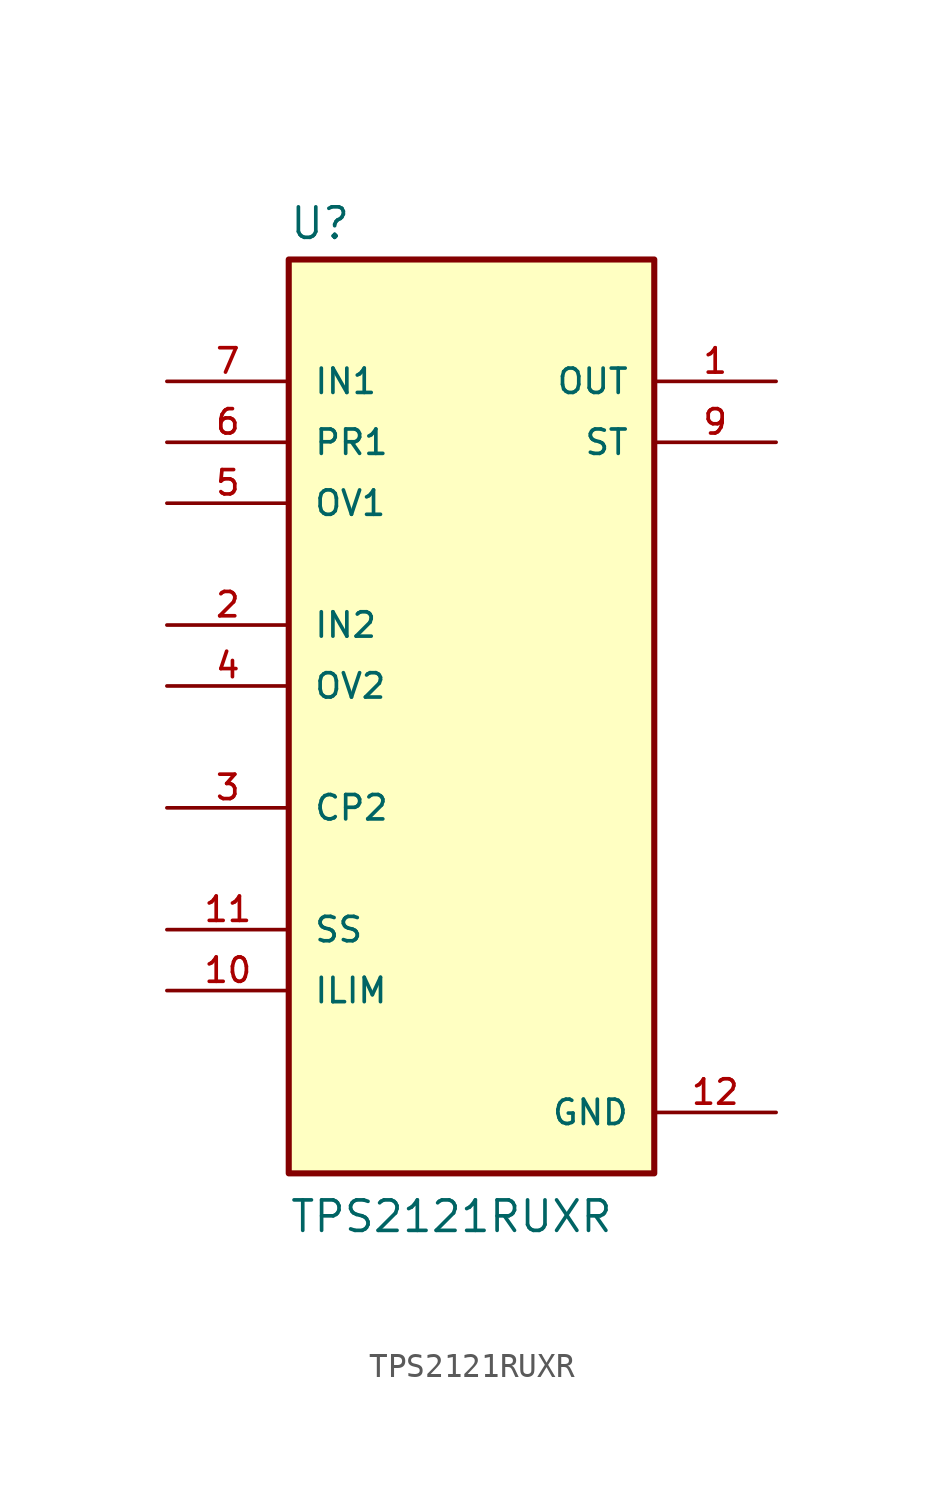
<source format=kicad_sym>
(kicad_symbol_lib
  (version 20211014)
  (generator kicad_symbol_editor)
  (symbol "TPS2121RUXR"
    (pin_names
      (offset 1.016))
    (property "Reference" "U"
      (at -7.62 21.082 0)
      (effects (font (size 1.27 1.27)) (justify bottom left)))
    (property "Value" "TPS2121RUXR"
      (at -7.62 -20.32 0)
      (effects (font (size 1.27 1.27)) (justify bottom left)))
    (symbol "TPS2121RUXR_0_0"
      (rectangle (start -7.62 -17.78) (end 7.62 20.32) (stroke (width 0.254)) (fill (type background)))
      (pin input line (at -12.7 15.24 0) (length 5.08) (name "IN1" (effects (font (size 1.016 1.016)))) (number "7" (effects (font (size 1.016 1.016)))))
      (pin input line (at -12.7 15.24 0) (length 5.08) hide (name "IN1" (effects (font (size 1.016 1.016)))) (number "7_1" (effects (font (size 1.016 1.016)))))
      (pin input line (at -12.7 5.08 0) (length 5.08) (name "IN2" (effects (font (size 1.016 1.016)))) (number "2" (effects (font (size 1.016 1.016)))))
      (pin input line (at -12.7 5.08 0) (length 5.08) hide (name "IN2" (effects (font (size 1.016 1.016)))) (number "2_1" (effects (font (size 1.016 1.016)))))
      (pin output line (at 12.7 15.24 180.0) (length 5.08) (name "OUT" (effects (font (size 1.016 1.016)))) (number "1" (effects (font (size 1.016 1.016)))))
      (pin output line (at 12.7 15.24 180.0) (length 5.08) hide (name "OUT" (effects (font (size 1.016 1.016)))) (number "1_1" (effects (font (size 1.016 1.016)))))
      (pin output line (at 12.7 15.24 180.0) (length 5.08) hide (name "OUT" (effects (font (size 1.016 1.016)))) (number "8" (effects (font (size 1.016 1.016)))))
      (pin output line (at 12.7 15.24 180.0) (length 5.08) hide (name "OUT" (effects (font (size 1.016 1.016)))) (number "8_1" (effects (font (size 1.016 1.016)))))
      (pin output line (at 12.7 12.7 180.0) (length 5.08) (name "ST" (effects (font (size 1.016 1.016)))) (number "9" (effects (font (size 1.016 1.016)))))
      (pin passive line (at -12.7 -10.16 0) (length 5.08) (name "ILIM" (effects (font (size 1.016 1.016)))) (number "10" (effects (font (size 1.016 1.016)))))
      (pin passive line (at -12.7 -7.62 0) (length 5.08) (name "SS" (effects (font (size 1.016 1.016)))) (number "11" (effects (font (size 1.016 1.016)))))
      (pin power_in line (at 12.7 -15.24 180.0) (length 5.08) (name "GND" (effects (font (size 1.016 1.016)))) (number "12" (effects (font (size 1.016 1.016)))))
      (pin input line (at -12.7 12.7 0) (length 5.08) (name "PR1" (effects (font (size 1.016 1.016)))) (number "6" (effects (font (size 1.016 1.016)))))
      (pin input line (at -12.7 10.16 0) (length 5.08) (name "OV1" (effects (font (size 1.016 1.016)))) (number "5" (effects (font (size 1.016 1.016)))))
      (pin input line (at -12.7 2.54 0) (length 5.08) (name "OV2" (effects (font (size 1.016 1.016)))) (number "4" (effects (font (size 1.016 1.016)))))
      (pin input line (at -12.7 -2.54 0) (length 5.08) (name "CP2" (effects (font (size 1.016 1.016)))) (number "3" (effects (font (size 1.016 1.016))))))))
</source>
